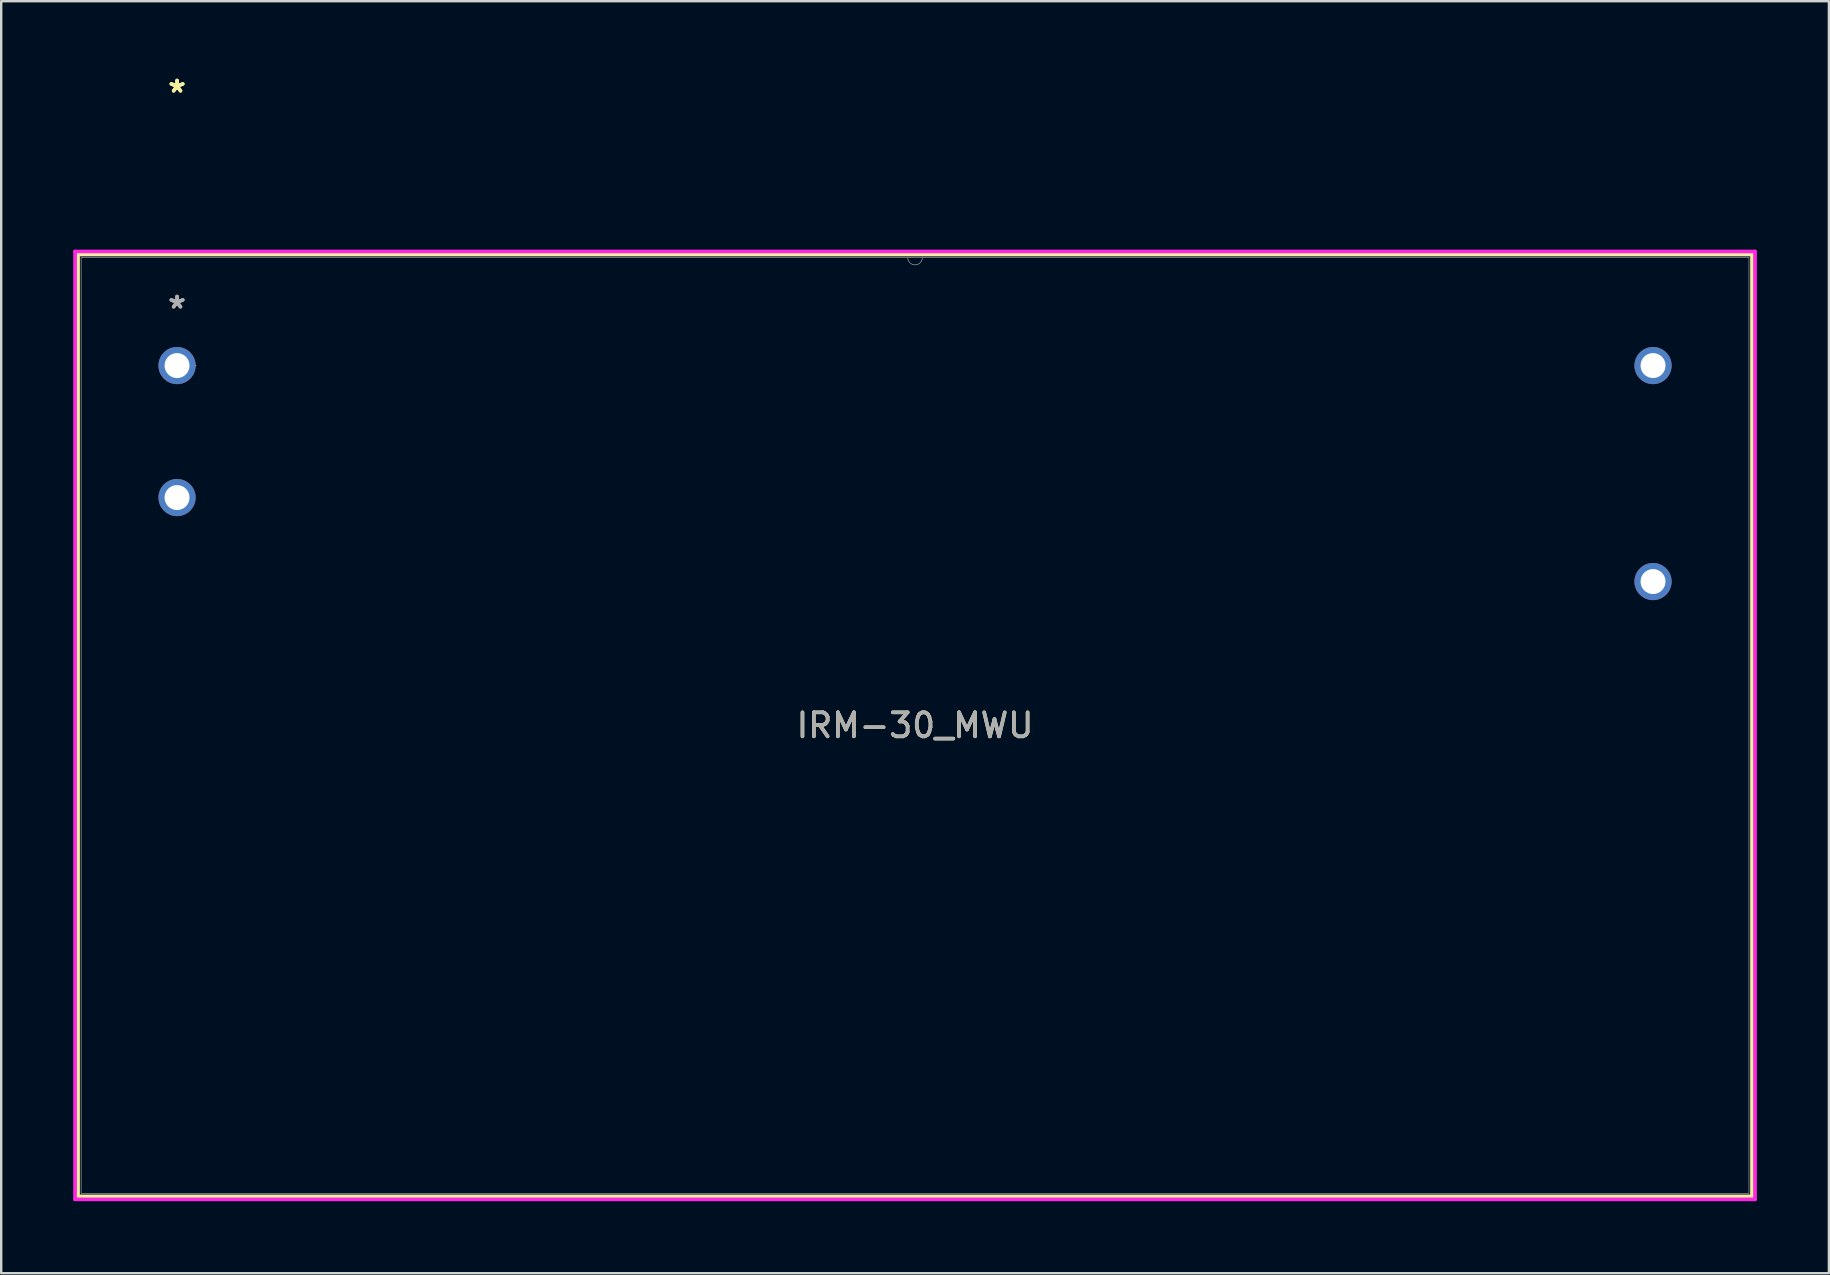
<source format=kicad_pcb>
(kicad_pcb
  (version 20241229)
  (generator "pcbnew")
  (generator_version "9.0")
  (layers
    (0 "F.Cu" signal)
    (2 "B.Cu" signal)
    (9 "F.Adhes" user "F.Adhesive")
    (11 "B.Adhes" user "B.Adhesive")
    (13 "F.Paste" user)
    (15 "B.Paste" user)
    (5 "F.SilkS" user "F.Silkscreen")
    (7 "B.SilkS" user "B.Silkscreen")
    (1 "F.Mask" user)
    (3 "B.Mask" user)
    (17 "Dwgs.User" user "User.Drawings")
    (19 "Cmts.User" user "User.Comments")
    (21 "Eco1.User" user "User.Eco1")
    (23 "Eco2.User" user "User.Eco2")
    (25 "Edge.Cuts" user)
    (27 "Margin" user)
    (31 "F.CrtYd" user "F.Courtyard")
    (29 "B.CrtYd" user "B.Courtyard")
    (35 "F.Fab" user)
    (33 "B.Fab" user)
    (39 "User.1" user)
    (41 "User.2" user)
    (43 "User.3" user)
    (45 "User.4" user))
  (footprint "IRM-30_MWU"
    (layer "F.Cu")
    (at 4.327 12.182)
    (property "Reference" "IRM-30_MWU" (at 30.75 14.994 0) (unlocked yes) (layer "F.SilkS") (effects (font (size 1 1) (thickness 0.15))))
    (attr through_hole)
    (fp_line (start -4.124 -4.627) (end -4.124 34.616) (stroke (width 0.152) (type solid)) (layer "F.SilkS"))
    (fp_line (start -4.124 34.616) (end 65.624 34.616) (stroke (width 0.152) (type solid)) (layer "F.SilkS"))
    (fp_line (start 65.624 -4.627) (end -4.124 -4.627) (stroke (width 0.152) (type solid)) (layer "F.SilkS"))
    (fp_line (start 65.624 34.616) (end 65.624 -4.627) (stroke (width 0.152) (type solid)) (layer "F.SilkS"))
    (fp_line (start -4.251 -4.754) (end 65.751 -4.754) (stroke (width 0.152) (type solid)) (layer "F.CrtYd"))
    (fp_line (start -4.251 34.743) (end -4.251 -4.754) (stroke (width 0.152) (type solid)) (layer "F.CrtYd"))
    (fp_line (start 65.751 -4.754) (end 65.751 34.743) (stroke (width 0.152) (type solid)) (layer "F.CrtYd"))
    (fp_line (start 65.751 34.743) (end -4.251 34.743) (stroke (width 0.152) (type solid)) (layer "F.CrtYd"))
    (fp_line (start -3.997 -4.5) (end -3.997 34.489) (stroke (width 0.025) (type solid)) (layer "F.Fab"))
    (fp_line (start -3.997 34.489) (end 65.497 34.489) (stroke (width 0.025) (type solid)) (layer "F.Fab"))
    (fp_line (start 65.497 -4.5) (end -3.997 -4.5) (stroke (width 0.025) (type solid)) (layer "F.Fab"))
    (fp_line (start 65.497 34.489) (end 65.497 -4.5) (stroke (width 0.025) (type solid)) (layer "F.Fab"))
    (fp_arc (start 31.054802 -4.500001) (mid 30.750002 -4.195201) (end 30.445202 -4.500001) (stroke (width 0.0254) (type solid)) (layer "F.Fab"))
    (fp_circle (center 0.775 0) (end 0.775 0) (stroke (width 0.025) (type solid)) (fill no) (layer "F.Fab"))
    (fp_text user "*" (at 0 -11.333 0) (unlocked yes) (layer "F.SilkS") (effects (font (size 1 1) (thickness 0.15))))
    (fp_text user "*" (at 0 -11.333 0) (layer "F.SilkS") (effects (font (size 1 1) (thickness 0.15))))
    (fp_text user "*" (at 0 -2.333 0) (unlocked yes) (layer "F.Fab") (effects (font (size 1 1) (thickness 0.15))))
    (fp_text user "*" (at 0 -2.333 0) (layer "F.Fab") (effects (font (size 1 1) (thickness 0.15))))
    (fp_text user "${REFERENCE}" (at 30.75 14.994 0) (unlocked yes) (layer "F.Fab") (effects (font (size 1 1) (thickness 0.15))))
    (pad "1" thru_hole circle (at 0 0) (size 1.549 1.549) (drill 1.041) (layers "*.Cu" "*.Mask"))
    (pad "2" thru_hole circle (at 0 5.5) (size 1.549 1.549) (drill 1.041) (layers "*.Cu" "*.Mask"))
    (pad "3" thru_hole circle (at 61.5 9) (size 1.549 1.549) (drill 1.041) (layers "*.Cu" "*.Mask"))
    (pad "4" thru_hole circle (at 61.5 0) (size 1.549 1.549) (drill 1.041) (layers "*.Cu" "*.Mask")))
  (gr_rect
    (start -3 -3)
    (end 73.155 50.001)
    (stroke (width 0.1) (type default))
    (fill no)
    (layer "Edge.Cuts")))
</source>
